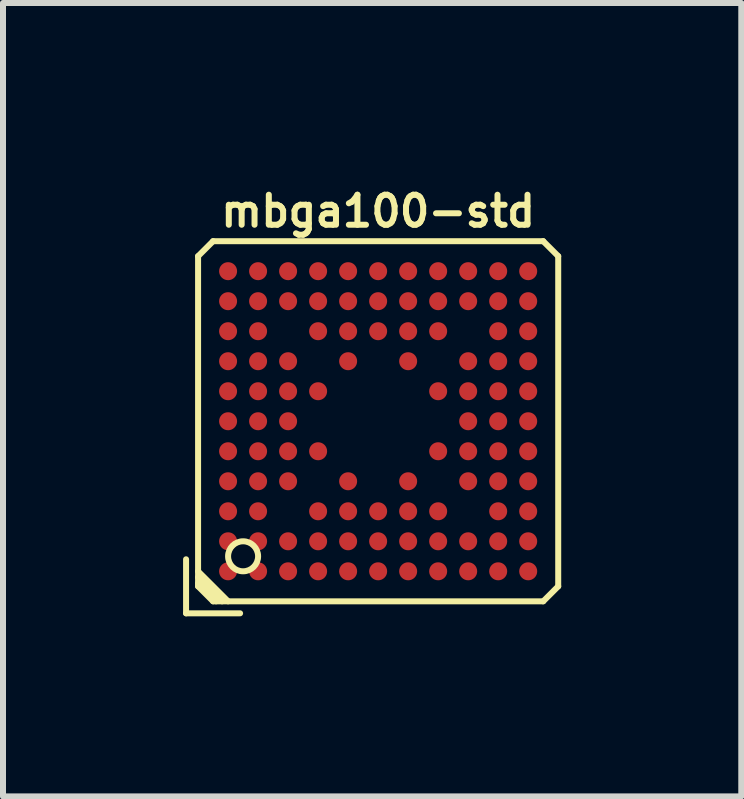
<source format=kicad_pcb>
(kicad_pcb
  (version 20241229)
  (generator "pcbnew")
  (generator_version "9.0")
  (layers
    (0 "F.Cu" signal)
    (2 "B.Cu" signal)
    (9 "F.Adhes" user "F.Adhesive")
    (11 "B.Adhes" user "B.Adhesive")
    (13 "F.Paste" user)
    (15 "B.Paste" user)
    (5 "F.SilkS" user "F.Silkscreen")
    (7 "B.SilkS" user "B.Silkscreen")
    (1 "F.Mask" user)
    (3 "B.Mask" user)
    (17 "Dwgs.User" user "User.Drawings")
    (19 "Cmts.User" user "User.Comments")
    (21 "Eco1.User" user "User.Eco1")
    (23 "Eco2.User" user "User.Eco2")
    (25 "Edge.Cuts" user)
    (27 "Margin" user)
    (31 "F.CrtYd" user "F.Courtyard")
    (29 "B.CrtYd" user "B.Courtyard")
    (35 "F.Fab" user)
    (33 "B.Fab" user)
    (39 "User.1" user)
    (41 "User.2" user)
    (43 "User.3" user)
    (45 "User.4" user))
  (footprint "mbga100-std"
    (layer "F.Cu")
    (at 3.25 3.968)
    (property "Reference" "mbga100-std" (at 0 -3.5 0) (layer "F.SilkS") (effects (font (size 0.5 0.5) (thickness 0.1))))
    (attr through_hole)
    (fp_line (start -3.2 3.2) (end -3.2 2.3) (stroke (width 0.1) (type solid)) (layer "F.SilkS"))
    (fp_line (start -3 -2.75) (end -3 2.75) (stroke (width 0.1) (type solid)) (layer "F.SilkS"))
    (fp_line (start -3 -2.75) (end -2.75 -3) (stroke (width 0.1) (type solid)) (layer "F.SilkS"))
    (fp_line (start -3 2.5) (end -2.5 3) (stroke (width 0.1) (type solid)) (layer "F.SilkS"))
    (fp_line (start -3 2.7) (end -2.7 3) (stroke (width 0.1) (type solid)) (layer "F.SilkS"))
    (fp_line (start -2.75 3) (end -3 2.75) (stroke (width 0.1) (type solid)) (layer "F.SilkS"))
    (fp_line (start -2.75 3) (end 2.75 3) (stroke (width 0.1) (type solid)) (layer "F.SilkS"))
    (fp_line (start -2.6 3) (end -3 2.6) (stroke (width 0.1) (type solid)) (layer "F.SilkS"))
    (fp_line (start -2.3 3.2) (end -3.2 3.2) (stroke (width 0.1) (type solid)) (layer "F.SilkS"))
    (fp_line (start 2.75 -3) (end -2.75 -3) (stroke (width 0.1) (type solid)) (layer "F.SilkS"))
    (fp_line (start 2.75 -3) (end 3 -2.75) (stroke (width 0.1) (type solid)) (layer "F.SilkS"))
    (fp_line (start 3 2.75) (end 2.75 3) (stroke (width 0.1) (type solid)) (layer "F.SilkS"))
    (fp_line (start 3 2.75) (end 3 -2.75) (stroke (width 0.1) (type solid)) (layer "F.SilkS"))
    (fp_circle (center -2.25 2.25) (end -2.5 2.25) (stroke (width 0.1) (type solid)) (fill no) (layer "F.SilkS"))
    (pad "A1" smd circle (at -2.5 2.5) (size 0.3 0.3) (layers "F.Cu" "F.Mask" "F.Paste"))
    (pad "A2" smd circle (at -2.5 2) (size 0.3 0.3) (layers "F.Cu" "F.Mask" "F.Paste"))
    (pad "A3" smd circle (at -2.5 1.5) (size 0.3 0.3) (layers "F.Cu" "F.Mask" "F.Paste"))
    (pad "A4" smd circle (at -2.5 1) (size 0.3 0.3) (layers "F.Cu" "F.Mask" "F.Paste"))
    (pad "A5" smd circle (at -2.5 0.5) (size 0.3 0.3) (layers "F.Cu" "F.Mask" "F.Paste"))
    (pad "A6" smd circle (at -2.5 0) (size 0.3 0.3) (layers "F.Cu" "F.Mask" "F.Paste"))
    (pad "A7" smd circle (at -2.5 -0.5) (size 0.3 0.3) (layers "F.Cu" "F.Mask" "F.Paste"))
    (pad "A8" smd circle (at -2.5 -1) (size 0.3 0.3) (layers "F.Cu" "F.Mask" "F.Paste"))
    (pad "A9" smd circle (at -2.5 -1.5) (size 0.3 0.3) (layers "F.Cu" "F.Mask" "F.Paste"))
    (pad "A10" smd circle (at -2.5 -2) (size 0.3 0.3) (layers "F.Cu" "F.Mask" "F.Paste"))
    (pad "A11" smd circle (at -2.5 -2.5) (size 0.3 0.3) (layers "F.Cu" "F.Mask" "F.Paste"))
    (pad "B1" smd circle (at -2 2.5) (size 0.3 0.3) (layers "F.Cu" "F.Mask" "F.Paste"))
    (pad "B2" smd circle (at -2 2) (size 0.3 0.3) (layers "F.Cu" "F.Mask" "F.Paste"))
    (pad "B3" smd circle (at -2 1.5) (size 0.3 0.3) (layers "F.Cu" "F.Mask" "F.Paste"))
    (pad "B4" smd circle (at -2 1) (size 0.3 0.3) (layers "F.Cu" "F.Mask" "F.Paste"))
    (pad "B5" smd circle (at -2 0.5) (size 0.3 0.3) (layers "F.Cu" "F.Mask" "F.Paste"))
    (pad "B6" smd circle (at -2 0) (size 0.3 0.3) (layers "F.Cu" "F.Mask" "F.Paste"))
    (pad "B7" smd circle (at -2 -0.5) (size 0.3 0.3) (layers "F.Cu" "F.Mask" "F.Paste"))
    (pad "B8" smd circle (at -2 -1) (size 0.3 0.3) (layers "F.Cu" "F.Mask" "F.Paste"))
    (pad "B9" smd circle (at -2 -1.5) (size 0.3 0.3) (layers "F.Cu" "F.Mask" "F.Paste"))
    (pad "B10" smd circle (at -2 -2) (size 0.3 0.3) (layers "F.Cu" "F.Mask" "F.Paste"))
    (pad "B11" smd circle (at -2 -2.5) (size 0.3 0.3) (layers "F.Cu" "F.Mask" "F.Paste"))
    (pad "C1" smd circle (at -1.5 2.5) (size 0.3 0.3) (layers "F.Cu" "F.Mask" "F.Paste"))
    (pad "C2" smd circle (at -1.5 2) (size 0.3 0.3) (layers "F.Cu" "F.Mask" "F.Paste"))
    (pad "C4" smd circle (at -1.5 1) (size 0.3 0.3) (layers "F.Cu" "F.Mask" "F.Paste"))
    (pad "C5" smd circle (at -1.5 0.5) (size 0.3 0.3) (layers "F.Cu" "F.Mask" "F.Paste"))
    (pad "C6" smd circle (at -1.5 0) (size 0.3 0.3) (layers "F.Cu" "F.Mask" "F.Paste"))
    (pad "C7" smd circle (at -1.5 -0.5) (size 0.3 0.3) (layers "F.Cu" "F.Mask" "F.Paste"))
    (pad "C8" smd circle (at -1.5 -1) (size 0.3 0.3) (layers "F.Cu" "F.Mask" "F.Paste"))
    (pad "C10" smd circle (at -1.5 -2) (size 0.3 0.3) (layers "F.Cu" "F.Mask" "F.Paste"))
    (pad "C11" smd circle (at -1.5 -2.5) (size 0.3 0.3) (layers "F.Cu" "F.Mask" "F.Paste"))
    (pad "D1" smd circle (at -1 2.5) (size 0.3 0.3) (layers "F.Cu" "F.Mask" "F.Paste"))
    (pad "D2" smd circle (at -1 2) (size 0.3 0.3) (layers "F.Cu" "F.Mask" "F.Paste"))
    (pad "D3" smd circle (at -1 1.5) (size 0.3 0.3) (layers "F.Cu" "F.Mask" "F.Paste"))
    (pad "D5" smd circle (at -1 0.5) (size 0.3 0.3) (layers "F.Cu" "F.Mask" "F.Paste"))
    (pad "D7" smd circle (at -1 -0.5) (size 0.3 0.3) (layers "F.Cu" "F.Mask" "F.Paste"))
    (pad "D9" smd circle (at -1 -1.5) (size 0.3 0.3) (layers "F.Cu" "F.Mask" "F.Paste"))
    (pad "D10" smd circle (at -1 -2) (size 0.3 0.3) (layers "F.Cu" "F.Mask" "F.Paste"))
    (pad "D11" smd circle (at -1 -2.5) (size 0.3 0.3) (layers "F.Cu" "F.Mask" "F.Paste"))
    (pad "E1" smd circle (at -0.5 2.5) (size 0.3 0.3) (layers "F.Cu" "F.Mask" "F.Paste"))
    (pad "E2" smd circle (at -0.5 2) (size 0.3 0.3) (layers "F.Cu" "F.Mask" "F.Paste"))
    (pad "E3" smd circle (at -0.5 1.5) (size 0.3 0.3) (layers "F.Cu" "F.Mask" "F.Paste"))
    (pad "E4" smd circle (at -0.5 1) (size 0.3 0.3) (layers "F.Cu" "F.Mask" "F.Paste"))
    (pad "E8" smd circle (at -0.5 -1) (size 0.3 0.3) (layers "F.Cu" "F.Mask" "F.Paste"))
    (pad "E9" smd circle (at -0.5 -1.5) (size 0.3 0.3) (layers "F.Cu" "F.Mask" "F.Paste"))
    (pad "E10" smd circle (at -0.5 -2) (size 0.3 0.3) (layers "F.Cu" "F.Mask" "F.Paste"))
    (pad "E11" smd circle (at -0.5 -2.5) (size 0.3 0.3) (layers "F.Cu" "F.Mask" "F.Paste"))
    (pad "F1" smd circle (at 0 2.5) (size 0.3 0.3) (layers "F.Cu" "F.Mask" "F.Paste"))
    (pad "F2" smd circle (at 0 2) (size 0.3 0.3) (layers "F.Cu" "F.Mask" "F.Paste"))
    (pad "F3" smd circle (at 0 1.5) (size 0.3 0.3) (layers "F.Cu" "F.Mask" "F.Paste"))
    (pad "F9" smd circle (at 0 -1.5) (size 0.3 0.3) (layers "F.Cu" "F.Mask" "F.Paste"))
    (pad "F10" smd circle (at 0 -2) (size 0.3 0.3) (layers "F.Cu" "F.Mask" "F.Paste"))
    (pad "F11" smd circle (at 0 -2.5) (size 0.3 0.3) (layers "F.Cu" "F.Mask" "F.Paste"))
    (pad "G1" smd circle (at 0.5 2.5) (size 0.3 0.3) (layers "F.Cu" "F.Mask" "F.Paste"))
    (pad "G2" smd circle (at 0.5 2) (size 0.3 0.3) (layers "F.Cu" "F.Mask" "F.Paste"))
    (pad "G3" smd circle (at 0.5 1.5) (size 0.3 0.3) (layers "F.Cu" "F.Mask" "F.Paste"))
    (pad "G4" smd circle (at 0.5 1) (size 0.3 0.3) (layers "F.Cu" "F.Mask" "F.Paste"))
    (pad "G8" smd circle (at 0.5 -1) (size 0.3 0.3) (layers "F.Cu" "F.Mask" "F.Paste"))
    (pad "G9" smd circle (at 0.5 -1.5) (size 0.3 0.3) (layers "F.Cu" "F.Mask" "F.Paste"))
    (pad "G10" smd circle (at 0.5 -2) (size 0.3 0.3) (layers "F.Cu" "F.Mask" "F.Paste"))
    (pad "G11" smd circle (at 0.5 -2.5) (size 0.3 0.3) (layers "F.Cu" "F.Mask" "F.Paste"))
    (pad "H1" smd circle (at 1 2.5) (size 0.3 0.3) (layers "F.Cu" "F.Mask" "F.Paste"))
    (pad "H2" smd circle (at 1 2) (size 0.3 0.3) (layers "F.Cu" "F.Mask" "F.Paste"))
    (pad "H3" smd circle (at 1 1.5) (size 0.3 0.3) (layers "F.Cu" "F.Mask" "F.Paste"))
    (pad "H5" smd circle (at 1 0.5) (size 0.3 0.3) (layers "F.Cu" "F.Mask" "F.Paste"))
    (pad "H7" smd circle (at 1 -0.5) (size 0.3 0.3) (layers "F.Cu" "F.Mask" "F.Paste"))
    (pad "H9" smd circle (at 1 -1.5) (size 0.3 0.3) (layers "F.Cu" "F.Mask" "F.Paste"))
    (pad "H10" smd circle (at 1 -2) (size 0.3 0.3) (layers "F.Cu" "F.Mask" "F.Paste"))
    (pad "H11" smd circle (at 1 -2.5) (size 0.3 0.3) (layers "F.Cu" "F.Mask" "F.Paste"))
    (pad "J1" smd circle (at 1.5 2.5) (size 0.3 0.3) (layers "F.Cu" "F.Mask" "F.Paste"))
    (pad "J2" smd circle (at 1.5 2) (size 0.3 0.3) (layers "F.Cu" "F.Mask" "F.Paste"))
    (pad "J4" smd circle (at 1.5 1) (size 0.3 0.3) (layers "F.Cu" "F.Mask" "F.Paste"))
    (pad "J5" smd circle (at 1.5 0.5) (size 0.3 0.3) (layers "F.Cu" "F.Mask" "F.Paste"))
    (pad "J6" smd circle (at 1.5 0) (size 0.3 0.3) (layers "F.Cu" "F.Mask" "F.Paste"))
    (pad "J7" smd circle (at 1.5 -0.5) (size 0.3 0.3) (layers "F.Cu" "F.Mask" "F.Paste"))
    (pad "J8" smd circle (at 1.5 -1) (size 0.3 0.3) (layers "F.Cu" "F.Mask" "F.Paste"))
    (pad "J10" smd circle (at 1.5 -2) (size 0.3 0.3) (layers "F.Cu" "F.Mask" "F.Paste"))
    (pad "J11" smd circle (at 1.5 -2.5) (size 0.3 0.3) (layers "F.Cu" "F.Mask" "F.Paste"))
    (pad "K1" smd circle (at 2 2.5) (size 0.3 0.3) (layers "F.Cu" "F.Mask" "F.Paste"))
    (pad "K2" smd circle (at 2 2) (size 0.3 0.3) (layers "F.Cu" "F.Mask" "F.Paste"))
    (pad "K3" smd circle (at 2 1.5) (size 0.3 0.3) (layers "F.Cu" "F.Mask" "F.Paste"))
    (pad "K4" smd circle (at 2 1) (size 0.3 0.3) (layers "F.Cu" "F.Mask" "F.Paste"))
    (pad "K5" smd circle (at 2 0.5) (size 0.3 0.3) (layers "F.Cu" "F.Mask" "F.Paste"))
    (pad "K6" smd circle (at 2 0) (size 0.3 0.3) (layers "F.Cu" "F.Mask" "F.Paste"))
    (pad "K7" smd circle (at 2 -0.5) (size 0.3 0.3) (layers "F.Cu" "F.Mask" "F.Paste"))
    (pad "K8" smd circle (at 2 -1) (size 0.3 0.3) (layers "F.Cu" "F.Mask" "F.Paste"))
    (pad "K9" smd circle (at 2 -1.5) (size 0.3 0.3) (layers "F.Cu" "F.Mask" "F.Paste"))
    (pad "K10" smd circle (at 2 -2) (size 0.3 0.3) (layers "F.Cu" "F.Mask" "F.Paste"))
    (pad "K11" smd circle (at 2 -2.5) (size 0.3 0.3) (layers "F.Cu" "F.Mask" "F.Paste"))
    (pad "L1" smd circle (at 2.5 2.5) (size 0.3 0.3) (layers "F.Cu" "F.Mask" "F.Paste"))
    (pad "L2" smd circle (at 2.5 2) (size 0.3 0.3) (layers "F.Cu" "F.Mask" "F.Paste"))
    (pad "L3" smd circle (at 2.5 1.5) (size 0.3 0.3) (layers "F.Cu" "F.Mask" "F.Paste"))
    (pad "L4" smd circle (at 2.5 1) (size 0.3 0.3) (layers "F.Cu" "F.Mask" "F.Paste"))
    (pad "L5" smd circle (at 2.5 0.5) (size 0.3 0.3) (layers "F.Cu" "F.Mask" "F.Paste"))
    (pad "L6" smd circle (at 2.5 0) (size 0.3 0.3) (layers "F.Cu" "F.Mask" "F.Paste"))
    (pad "L7" smd circle (at 2.5 -0.5) (size 0.3 0.3) (layers "F.Cu" "F.Mask" "F.Paste"))
    (pad "L8" smd circle (at 2.5 -1) (size 0.3 0.3) (layers "F.Cu" "F.Mask" "F.Paste"))
    (pad "L9" smd circle (at 2.5 -1.5) (size 0.3 0.3) (layers "F.Cu" "F.Mask" "F.Paste"))
    (pad "L10" smd circle (at 2.5 -2) (size 0.3 0.3) (layers "F.Cu" "F.Mask" "F.Paste"))
    (pad "L11" smd circle (at 2.5 -2.5) (size 0.3 0.3) (layers "F.Cu" "F.Mask" "F.Paste")))
  (gr_rect
    (start -3 -3)
    (end 9.3 10.218)
    (stroke (width 0.1) (type default))
    (fill no)
    (layer "Edge.Cuts")))
</source>
